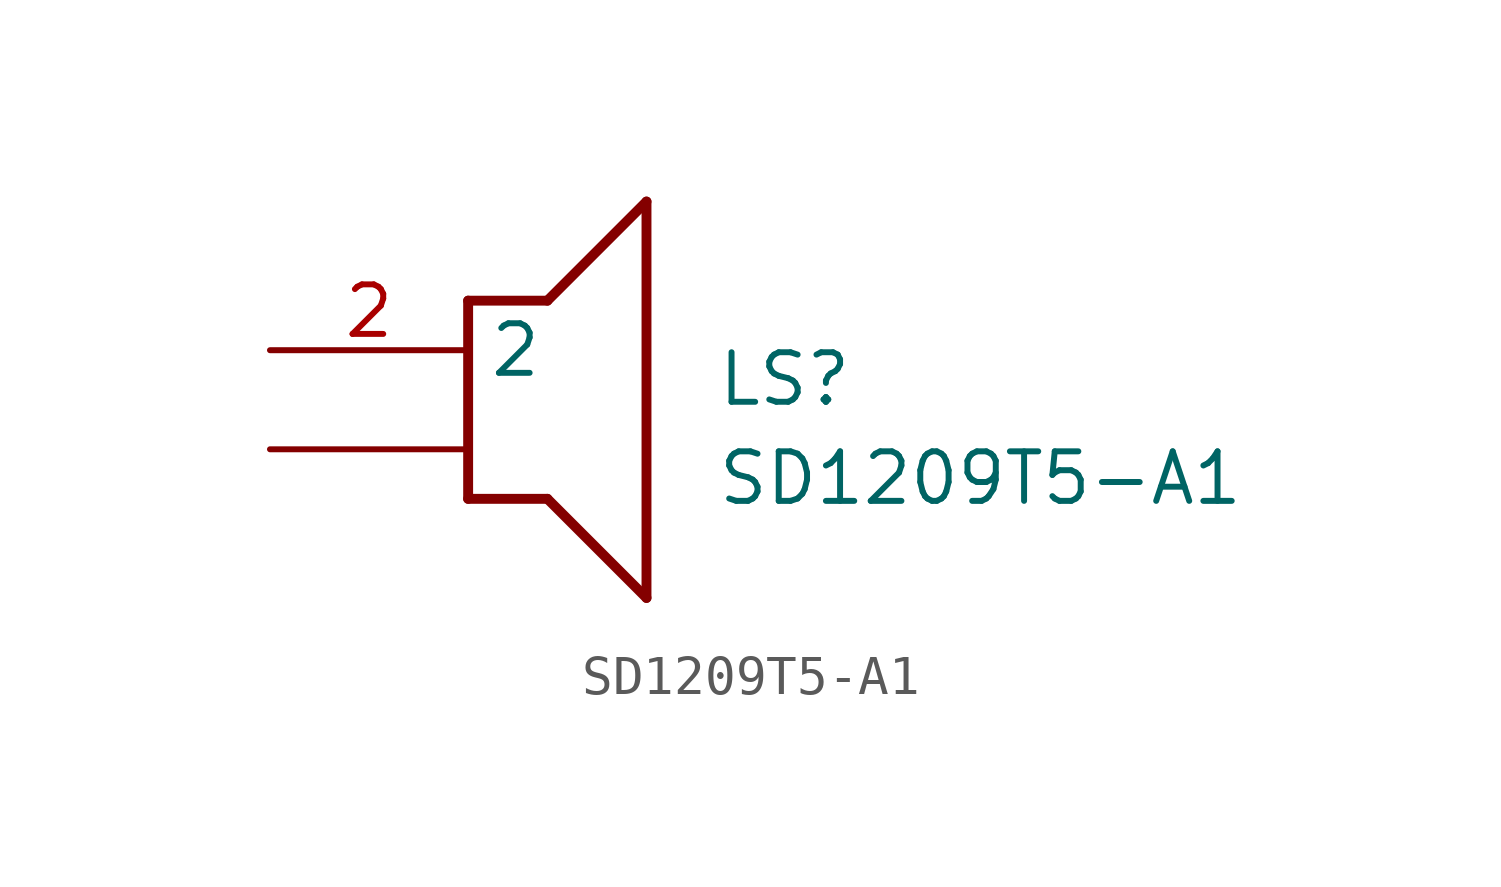
<source format=kicad_sym>
(kicad_symbol_lib
  (version 20211014)
  (generator SamacSys_ECAD_Model)
  (symbol "SD1209T5-A1"
    (property "Reference" "LS"
      (at 11.43 0 0)
      (effects (font (size 1.27 1.27)) (justify left top)))
    (property "Value" "SD1209T5-A1"
      (at 11.43 -2.54 0)
      (effects (font (size 1.27 1.27)) (justify left top)))
    (polyline
      (pts (xy 5.08 1.27) (xy 7.112 1.27))
      (stroke (width 0.254) (type default))
      (fill (type none)))
    (polyline
      (pts (xy 9.652 3.81) (xy 7.112 1.27))
      (stroke (width 0.254) (type default))
      (fill (type none)))
    (polyline
      (pts (xy 9.652 3.81) (xy 9.652 -6.35))
      (stroke (width 0.254) (type default))
      (fill (type none)))
    (polyline
      (pts (xy 7.112 -3.81) (xy 9.652 -6.35))
      (stroke (width 0.254) (type default))
      (fill (type none)))
    (polyline
      (pts (xy 7.112 -3.81) (xy 5.08 -3.81))
      (stroke (width 0.254) (type default))
      (fill (type none)))
    (polyline
      (pts (xy 5.08 1.27) (xy 5.08 -3.81))
      (stroke (width 0.254) (type default))
      (fill (type none)))
    (pin passive line
      (at 0 0 0)
      (length 5.08)
      (name "2" (effects (font (size 1.27 1.27))))
      (number "2" (effects (font (size 1.27 1.27)))))
    (pin passive line
      (at 0 -2.54 0)
      (length 5.08)
      (name "" (effects (font (size 1.27 1.27))))
      (number "" (effects (font (size 1.27 1.27)))))))
</source>
